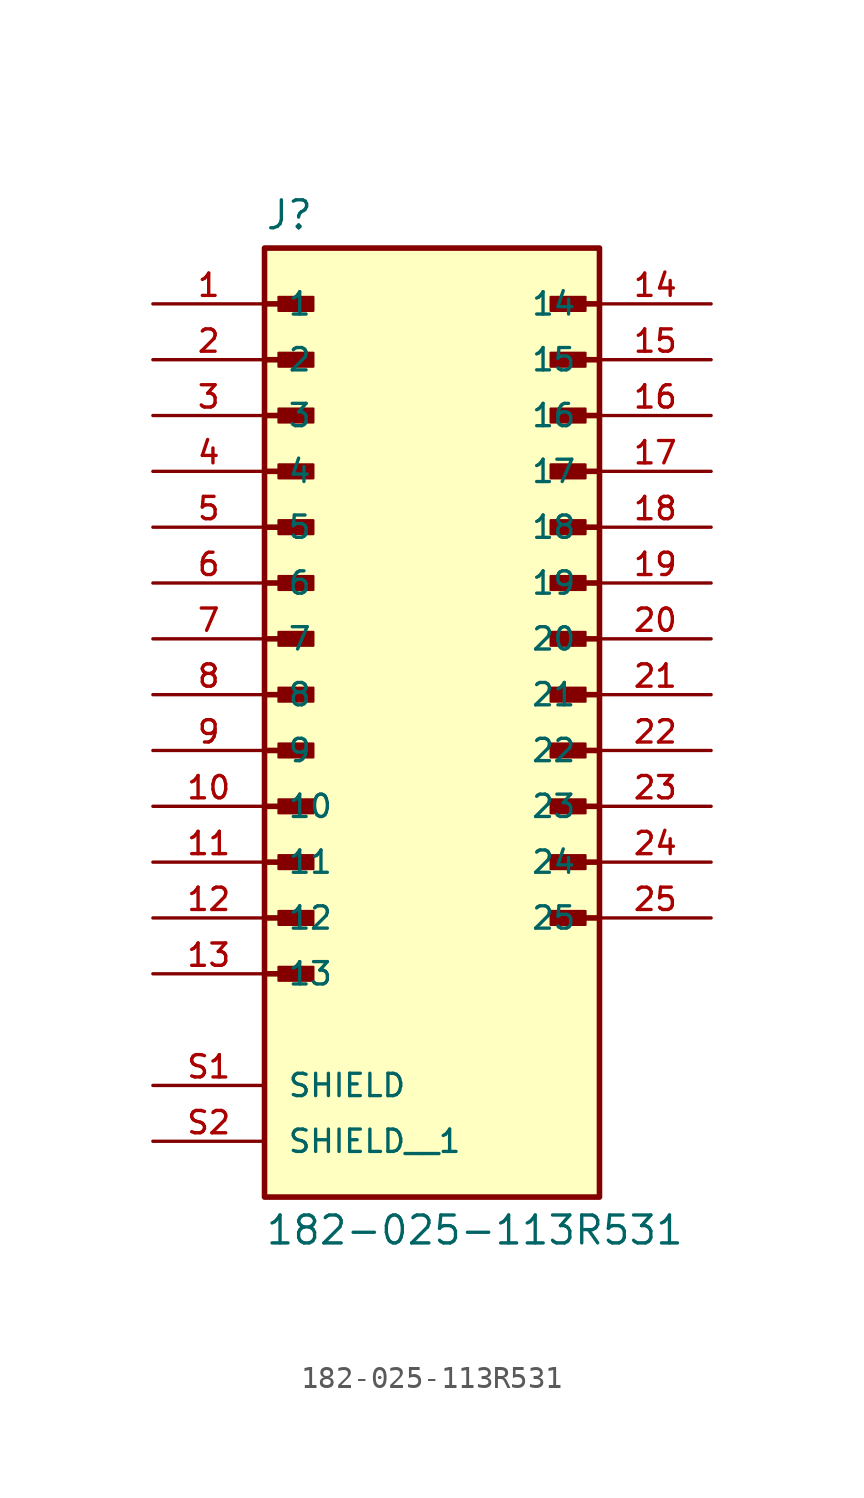
<source format=kicad_sym>
(kicad_symbol_lib
  (version 20211014)
  (generator kicad_symbol_editor)
  (symbol "182-025-113R531"
    (pin_names
      (offset 1.016))
    (property "Reference" "J"
      (at -7.62 21.082 0)
      (effects (font (size 1.27 1.27)) (justify bottom left)))
    (property "Value" "182-025-113R531"
      (at -7.62 -23.622 0)
      (effects (font (size 1.27 1.27)) (justify top left)))
    (symbol "182-025-113R531_0_0"
      (polyline (pts (xy -7.62 17.78) (xy -5.715 17.78)) (stroke (width 0.254)))
      (rectangle (start -6.985 17.462) (end -5.397 18.098) (stroke (width 0.1)) (fill (type outline)))
      (polyline (pts (xy -7.62 15.24) (xy -5.715 15.24)) (stroke (width 0.254)))
      (rectangle (start -6.985 14.922) (end -5.397 15.557) (stroke (width 0.1)) (fill (type outline)))
      (polyline (pts (xy -7.62 12.7) (xy -5.715 12.7)) (stroke (width 0.254)))
      (rectangle (start -6.985 12.383) (end -5.397 13.018) (stroke (width 0.1)) (fill (type outline)))
      (polyline (pts (xy -7.62 10.16) (xy -5.715 10.16)) (stroke (width 0.254)))
      (rectangle (start -6.985 9.842) (end -5.397 10.477) (stroke (width 0.1)) (fill (type outline)))
      (polyline (pts (xy -7.62 7.62) (xy -5.715 7.62)) (stroke (width 0.254)))
      (rectangle (start -6.985 7.303) (end -5.397 7.938) (stroke (width 0.1)) (fill (type outline)))
      (polyline (pts (xy -7.62 5.08) (xy -5.715 5.08)) (stroke (width 0.254)))
      (rectangle (start -6.985 4.763) (end -5.397 5.397) (stroke (width 0.1)) (fill (type outline)))
      (polyline (pts (xy -7.62 2.54) (xy -5.715 2.54)) (stroke (width 0.254)))
      (rectangle (start -6.985 2.223) (end -5.397 2.857) (stroke (width 0.1)) (fill (type outline)))
      (polyline (pts (xy -7.62 0.0) (xy -5.715 0.0)) (stroke (width 0.254)))
      (rectangle (start -6.985 -0.318) (end -5.397 0.318) (stroke (width 0.1)) (fill (type outline)))
      (polyline (pts (xy -7.62 -2.54) (xy -5.715 -2.54)) (stroke (width 0.254)))
      (rectangle (start -6.985 -2.857) (end -5.397 -2.223) (stroke (width 0.1)) (fill (type outline)))
      (polyline (pts (xy -7.62 -5.08) (xy -5.715 -5.08)) (stroke (width 0.254)))
      (rectangle (start -6.985 -5.397) (end -5.397 -4.763) (stroke (width 0.1)) (fill (type outline)))
      (polyline (pts (xy -7.62 -7.62) (xy -5.715 -7.62)) (stroke (width 0.254)))
      (rectangle (start -6.985 -7.938) (end -5.397 -7.303) (stroke (width 0.1)) (fill (type outline)))
      (polyline (pts (xy -7.62 -10.16) (xy -5.715 -10.16)) (stroke (width 0.254)))
      (rectangle (start -6.985 -10.477) (end -5.397 -9.842) (stroke (width 0.1)) (fill (type outline)))
      (polyline (pts (xy -7.62 -12.7) (xy -5.715 -12.7)) (stroke (width 0.254)))
      (rectangle (start -6.985 -13.018) (end -5.397 -12.383) (stroke (width 0.1)) (fill (type outline)))
      (polyline (pts (xy 7.62 17.78) (xy 5.715 17.78)) (stroke (width 0.254)))
      (rectangle (start 5.397 17.462) (end 6.985 18.098) (stroke (width 0.1)) (fill (type outline)))
      (polyline (pts (xy 7.62 15.24) (xy 5.715 15.24)) (stroke (width 0.254)))
      (rectangle (start 5.397 14.922) (end 6.985 15.557) (stroke (width 0.1)) (fill (type outline)))
      (polyline (pts (xy 7.62 12.7) (xy 5.715 12.7)) (stroke (width 0.254)))
      (rectangle (start 5.397 12.383) (end 6.985 13.018) (stroke (width 0.1)) (fill (type outline)))
      (polyline (pts (xy 7.62 10.16) (xy 5.715 10.16)) (stroke (width 0.254)))
      (rectangle (start 5.397 9.842) (end 6.985 10.477) (stroke (width 0.1)) (fill (type outline)))
      (polyline (pts (xy 7.62 7.62) (xy 5.715 7.62)) (stroke (width 0.254)))
      (rectangle (start 5.397 7.303) (end 6.985 7.938) (stroke (width 0.1)) (fill (type outline)))
      (polyline (pts (xy 7.62 5.08) (xy 5.715 5.08)) (stroke (width 0.254)))
      (rectangle (start 5.397 4.763) (end 6.985 5.397) (stroke (width 0.1)) (fill (type outline)))
      (polyline (pts (xy 7.62 2.54) (xy 5.715 2.54)) (stroke (width 0.254)))
      (rectangle (start 5.397 2.223) (end 6.985 2.857) (stroke (width 0.1)) (fill (type outline)))
      (polyline (pts (xy 7.62 0.0) (xy 5.715 0.0)) (stroke (width 0.254)))
      (rectangle (start 5.397 -0.318) (end 6.985 0.318) (stroke (width 0.1)) (fill (type outline)))
      (polyline (pts (xy 7.62 -2.54) (xy 5.715 -2.54)) (stroke (width 0.254)))
      (rectangle (start 5.397 -2.857) (end 6.985 -2.223) (stroke (width 0.1)) (fill (type outline)))
      (polyline (pts (xy 7.62 -5.08) (xy 5.715 -5.08)) (stroke (width 0.254)))
      (rectangle (start 5.397 -5.397) (end 6.985 -4.763) (stroke (width 0.1)) (fill (type outline)))
      (polyline (pts (xy 7.62 -7.62) (xy 5.715 -7.62)) (stroke (width 0.254)))
      (rectangle (start 5.397 -7.938) (end 6.985 -7.303) (stroke (width 0.1)) (fill (type outline)))
      (polyline (pts (xy 7.62 -10.16) (xy 5.715 -10.16)) (stroke (width 0.254)))
      (rectangle (start 5.397 -10.477) (end 6.985 -9.842) (stroke (width 0.1)) (fill (type outline)))
      (rectangle (start -7.62 -22.86) (end 7.62 20.32) (stroke (width 0.254)) (fill (type background)))
      (pin passive line (at -12.7 17.78 0) (length 5.08) (name "1" (effects (font (size 1.016 1.016)))) (number "1" (effects (font (size 1.016 1.016)))))
      (pin passive line (at -12.7 15.24 0) (length 5.08) (name "2" (effects (font (size 1.016 1.016)))) (number "2" (effects (font (size 1.016 1.016)))))
      (pin passive line (at -12.7 12.7 0) (length 5.08) (name "3" (effects (font (size 1.016 1.016)))) (number "3" (effects (font (size 1.016 1.016)))))
      (pin passive line (at -12.7 10.16 0) (length 5.08) (name "4" (effects (font (size 1.016 1.016)))) (number "4" (effects (font (size 1.016 1.016)))))
      (pin passive line (at -12.7 7.62 0) (length 5.08) (name "5" (effects (font (size 1.016 1.016)))) (number "5" (effects (font (size 1.016 1.016)))))
      (pin passive line (at -12.7 5.08 0) (length 5.08) (name "6" (effects (font (size 1.016 1.016)))) (number "6" (effects (font (size 1.016 1.016)))))
      (pin passive line (at -12.7 2.54 0) (length 5.08) (name "7" (effects (font (size 1.016 1.016)))) (number "7" (effects (font (size 1.016 1.016)))))
      (pin passive line (at -12.7 0.0 0) (length 5.08) (name "8" (effects (font (size 1.016 1.016)))) (number "8" (effects (font (size 1.016 1.016)))))
      (pin passive line (at -12.7 -2.54 0) (length 5.08) (name "9" (effects (font (size 1.016 1.016)))) (number "9" (effects (font (size 1.016 1.016)))))
      (pin passive line (at -12.7 -5.08 0) (length 5.08) (name "10" (effects (font (size 1.016 1.016)))) (number "10" (effects (font (size 1.016 1.016)))))
      (pin passive line (at -12.7 -7.62 0) (length 5.08) (name "11" (effects (font (size 1.016 1.016)))) (number "11" (effects (font (size 1.016 1.016)))))
      (pin passive line (at -12.7 -10.16 0) (length 5.08) (name "12" (effects (font (size 1.016 1.016)))) (number "12" (effects (font (size 1.016 1.016)))))
      (pin passive line (at -12.7 -12.7 0) (length 5.08) (name "13" (effects (font (size 1.016 1.016)))) (number "13" (effects (font (size 1.016 1.016)))))
      (pin passive line (at 12.7 17.78 180.0) (length 5.08) (name "14" (effects (font (size 1.016 1.016)))) (number "14" (effects (font (size 1.016 1.016)))))
      (pin passive line (at 12.7 15.24 180.0) (length 5.08) (name "15" (effects (font (size 1.016 1.016)))) (number "15" (effects (font (size 1.016 1.016)))))
      (pin passive line (at 12.7 12.7 180.0) (length 5.08) (name "16" (effects (font (size 1.016 1.016)))) (number "16" (effects (font (size 1.016 1.016)))))
      (pin passive line (at 12.7 10.16 180.0) (length 5.08) (name "17" (effects (font (size 1.016 1.016)))) (number "17" (effects (font (size 1.016 1.016)))))
      (pin passive line (at 12.7 7.62 180.0) (length 5.08) (name "18" (effects (font (size 1.016 1.016)))) (number "18" (effects (font (size 1.016 1.016)))))
      (pin passive line (at 12.7 5.08 180.0) (length 5.08) (name "19" (effects (font (size 1.016 1.016)))) (number "19" (effects (font (size 1.016 1.016)))))
      (pin passive line (at 12.7 2.54 180.0) (length 5.08) (name "20" (effects (font (size 1.016 1.016)))) (number "20" (effects (font (size 1.016 1.016)))))
      (pin passive line (at 12.7 0.0 180.0) (length 5.08) (name "21" (effects (font (size 1.016 1.016)))) (number "21" (effects (font (size 1.016 1.016)))))
      (pin passive line (at 12.7 -2.54 180.0) (length 5.08) (name "22" (effects (font (size 1.016 1.016)))) (number "22" (effects (font (size 1.016 1.016)))))
      (pin passive line (at 12.7 -5.08 180.0) (length 5.08) (name "23" (effects (font (size 1.016 1.016)))) (number "23" (effects (font (size 1.016 1.016)))))
      (pin passive line (at 12.7 -7.62 180.0) (length 5.08) (name "24" (effects (font (size 1.016 1.016)))) (number "24" (effects (font (size 1.016 1.016)))))
      (pin passive line (at 12.7 -10.16 180.0) (length 5.08) (name "25" (effects (font (size 1.016 1.016)))) (number "25" (effects (font (size 1.016 1.016)))))
      (pin passive line (at -12.7 -17.78 0) (length 5.08) (name "SHIELD" (effects (font (size 1.016 1.016)))) (number "S1" (effects (font (size 1.016 1.016)))))
      (pin passive line (at -12.7 -20.32 0) (length 5.08) (name "SHIELD__1" (effects (font (size 1.016 1.016)))) (number "S2" (effects (font (size 1.016 1.016))))))))
</source>
